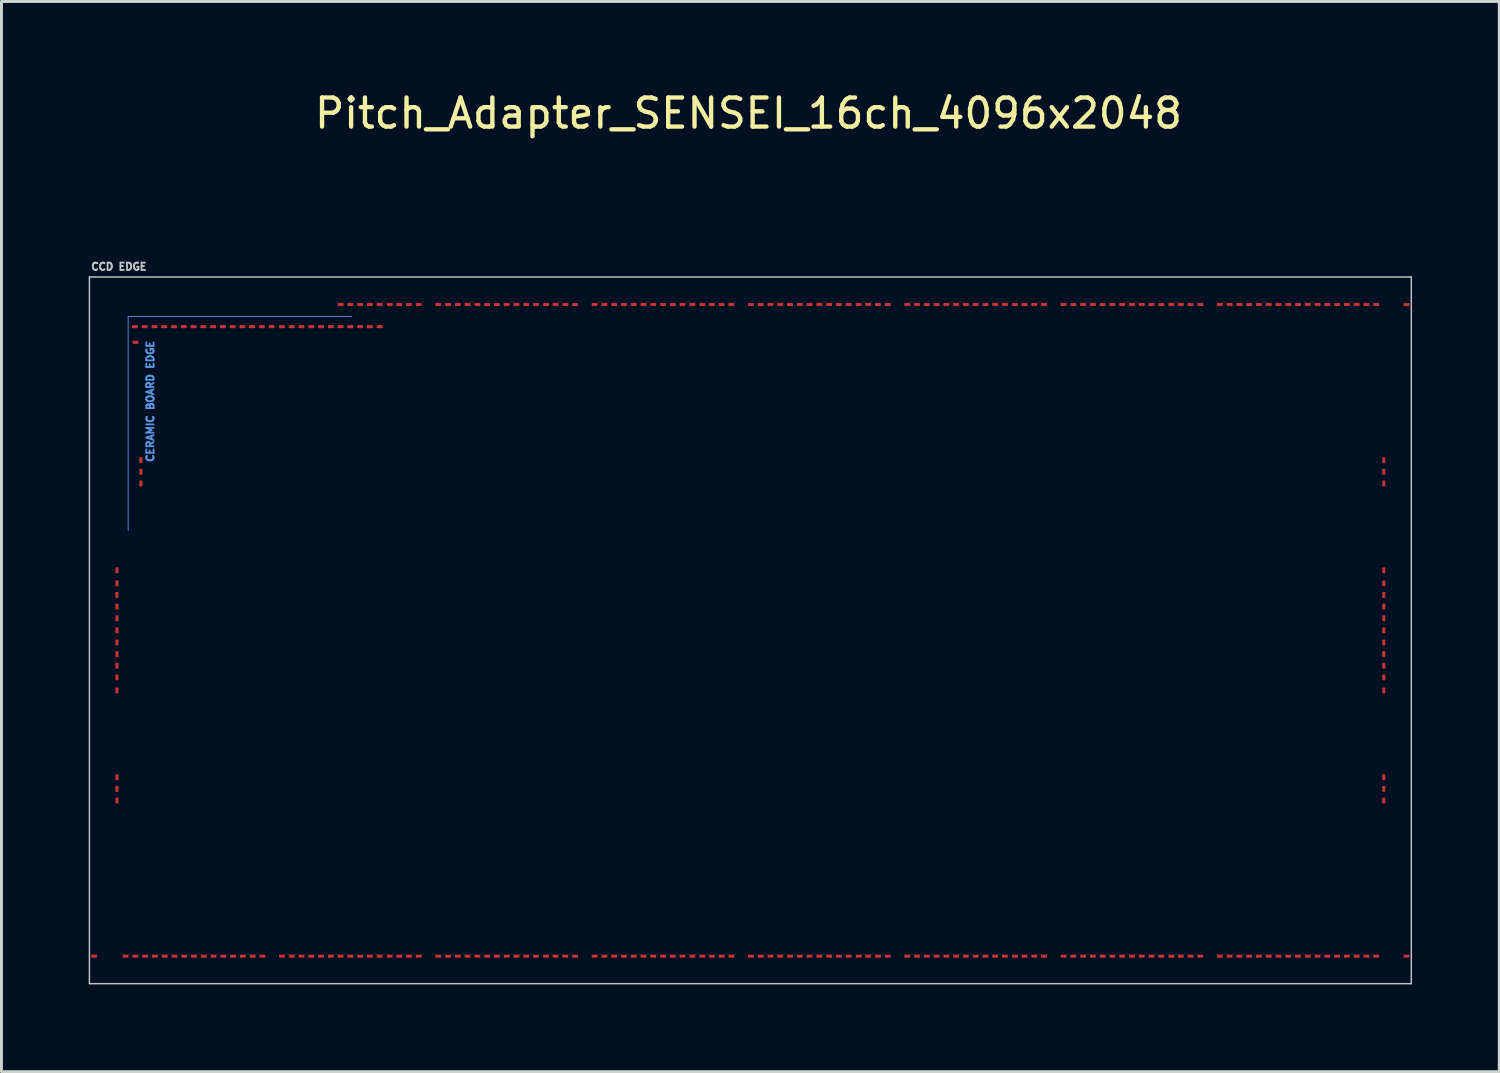
<source format=kicad_pcb>
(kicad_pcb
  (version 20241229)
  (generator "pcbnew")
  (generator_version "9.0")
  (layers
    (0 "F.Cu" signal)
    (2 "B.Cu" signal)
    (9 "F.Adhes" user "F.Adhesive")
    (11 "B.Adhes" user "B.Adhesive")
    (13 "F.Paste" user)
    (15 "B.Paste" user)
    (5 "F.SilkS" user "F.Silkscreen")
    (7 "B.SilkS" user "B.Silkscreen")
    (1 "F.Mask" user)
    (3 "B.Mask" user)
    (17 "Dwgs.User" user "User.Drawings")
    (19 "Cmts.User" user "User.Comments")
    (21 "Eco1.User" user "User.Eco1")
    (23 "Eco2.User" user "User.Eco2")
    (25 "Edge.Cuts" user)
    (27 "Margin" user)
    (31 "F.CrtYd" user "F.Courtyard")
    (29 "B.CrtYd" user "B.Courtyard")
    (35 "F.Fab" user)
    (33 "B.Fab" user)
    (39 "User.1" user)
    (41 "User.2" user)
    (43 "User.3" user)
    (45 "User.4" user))
  (footprint "Pitch_Adapter_SENSEI_16ch_4096x2048"
    (layer "F.Cu")
    (at 22.756 18.628)
    (property "Reference" "Pitch_Adapter_SENSEI_16ch_4096x2048" (at -0.064 -17.78 0) (layer "F.SilkS") (effects (font (size 1 1) (thickness 0.15))))
    (attr through_hole)
    (fp_line (start -22.731 -12.152) (end -22.731 12.152) (stroke (width 0.05) (type solid)) (layer "Dwgs.User"))
    (fp_line (start -22.731 -12.152) (end 22.731 -12.152) (stroke (width 0.05) (type solid)) (layer "Dwgs.User"))
    (fp_line (start -22.731 12.152) (end 22.731 12.152) (stroke (width 0.05) (type solid)) (layer "Dwgs.User"))
    (fp_line (start 22.731 -12.152) (end 22.731 12.152) (stroke (width 0.05) (type solid)) (layer "Dwgs.User"))
    (fp_line (start -21.399 -10.795) (end -21.399 -3.429) (stroke (width 0.03) (type solid)) (layer "Cmts.User"))
    (fp_line (start -13.716 -10.795) (end -21.399 -10.795) (stroke (width 0.03) (type solid)) (layer "Cmts.User"))
    (fp_line (start -22.543 -11.176) (end -21.145 -9.906) (stroke (width 0.04) (type solid)) (layer "Eco1.User"))
    (fp_line (start -21.78 -5.905) (end -21.018 -5.905) (stroke (width 0.04) (type solid)) (layer "Eco1.User"))
    (fp_line (start -21.78 -5.461) (end -20.955 -5.461) (stroke (width 0.04) (type solid)) (layer "Eco1.User"))
    (fp_line (start -21.78 -5.016) (end -20.955 -5.016) (stroke (width 0.04) (type solid)) (layer "Eco1.User"))
    (fp_line (start -21.463 -11.176) (end -21.145 -10.477) (stroke (width 0.04) (type solid)) (layer "Eco1.User"))
    (fp_line (start -21.145 -11.176) (end -20.828 -10.477) (stroke (width 0.04) (type solid)) (layer "Eco1.User"))
    (fp_line (start -20.828 -11.176) (end -20.511 -10.477) (stroke (width 0.04) (type solid)) (layer "Eco1.User"))
    (fp_line (start -20.447 -11.176) (end -20.13 -10.477) (stroke (width 0.04) (type solid)) (layer "Eco1.User"))
    (fp_line (start -20.13 -11.176) (end -19.812 -10.477) (stroke (width 0.04) (type solid)) (layer "Eco1.User"))
    (fp_line (start -19.812 -11.176) (end -19.494 -10.477) (stroke (width 0.04) (type solid)) (layer "Eco1.User"))
    (fp_line (start -19.494 -11.176) (end -19.177 -10.477) (stroke (width 0.04) (type solid)) (layer "Eco1.User"))
    (fp_line (start -19.113 -11.176) (end -18.796 -10.477) (stroke (width 0.04) (type solid)) (layer "Eco1.User"))
    (fp_line (start -18.796 -11.176) (end -18.479 -10.477) (stroke (width 0.04) (type solid)) (layer "Eco1.User"))
    (fp_line (start -18.479 -11.176) (end -18.161 -10.477) (stroke (width 0.04) (type solid)) (layer "Eco1.User"))
    (fp_line (start -18.098 -11.176) (end -17.78 -10.477) (stroke (width 0.04) (type solid)) (layer "Eco1.User"))
    (fp_line (start -17.78 -11.176) (end -17.462 -10.477) (stroke (width 0.04) (type solid)) (layer "Eco1.User"))
    (fp_line (start -17.462 -11.176) (end -17.145 -10.477) (stroke (width 0.04) (type solid)) (layer "Eco1.User"))
    (fp_line (start -17.145 -11.176) (end -16.828 -10.477) (stroke (width 0.04) (type solid)) (layer "Eco1.User"))
    (fp_line (start -16.828 -11.176) (end -16.51 -10.477) (stroke (width 0.04) (type solid)) (layer "Eco1.User"))
    (fp_line (start -16.129 -11.176) (end -16.129 -10.477) (stroke (width 0.04) (type solid)) (layer "Eco1.User"))
    (fp_line (start -15.748 -11.176) (end -15.748 -10.477) (stroke (width 0.04) (type solid)) (layer "Eco1.User"))
    (fp_line (start -15.431 -11.176) (end -15.431 -10.477) (stroke (width 0.04) (type solid)) (layer "Eco1.User"))
    (fp_line (start -15.113 -11.176) (end -15.113 -10.477) (stroke (width 0.04) (type solid)) (layer "Eco1.User"))
    (fp_line (start -14.796 -11.176) (end -14.796 -10.477) (stroke (width 0.04) (type solid)) (layer "Eco1.User"))
    (fp_line (start -14.415 -11.176) (end -14.415 -10.477) (stroke (width 0.04) (type solid)) (layer "Eco1.User"))
    (fp_text user "CCD EDGE" (at -21.717 -12.509 0) (layer "Dwgs.User") (effects (font (size 0.25 0.25) (thickness 0.062))))
    (fp_text user "CERAMIC BOARD EDGE" (at -20.637 -7.874 90) (layer "Cmts.User") (effects (font (size 0.25 0.25) (thickness 0.062))))
    (pad "" smd rect (at -22.566 -11.204) (size 0.2 0.105) (layers "F.Mask" "F.Paste"))
    (pad "" smd rect (at -21.785 -5.853 90) (size 0.2 0.105) (layers "F.Mask" "F.Paste"))
    (pad "" smd rect (at -21.785 -5.452 90) (size 0.2 0.105) (layers "F.Mask" "F.Paste"))
    (pad "" smd rect (at -21.785 -5.053 90) (size 0.2 0.105) (layers "F.Mask" "F.Paste"))
    (pad "" smd rect (at -21.485 -11.206 180) (size 0.2 0.105) (layers "F.Mask" "F.Paste"))
    (pad "" smd rect (at -21.148 -11.206 180) (size 0.2 0.105) (layers "F.Mask" "F.Paste"))
    (pad "" smd rect (at -20.812 -11.206 180) (size 0.2 0.105) (layers "F.Mask" "F.Paste"))
    (pad "" smd rect (at -20.477 -11.206 180) (size 0.2 0.105) (layers "F.Mask" "F.Paste"))
    (pad "" smd rect (at -20.14 -11.206 180) (size 0.2 0.105) (layers "F.Mask" "F.Paste"))
    (pad "" smd rect (at -19.805 -11.206 180) (size 0.2 0.105) (layers "F.Mask" "F.Paste"))
    (pad "" smd rect (at -19.468 -11.206 180) (size 0.2 0.105) (layers "F.Mask" "F.Paste"))
    (pad "" smd rect (at -19.133 -11.206 180) (size 0.2 0.105) (layers "F.Mask" "F.Paste"))
    (pad "" smd rect (at -18.797 -11.206 180) (size 0.2 0.105) (layers "F.Mask" "F.Paste"))
    (pad "" smd rect (at -18.46 -11.206 180) (size 0.2 0.105) (layers "F.Mask" "F.Paste"))
    (pad "" smd rect (at -18.125 -11.206 180) (size 0.2 0.105) (layers "F.Mask" "F.Paste"))
    (pad "" smd rect (at -17.788 -11.206 180) (size 0.2 0.105) (layers "F.Mask" "F.Paste"))
    (pad "" smd rect (at -17.453 -11.206 180) (size 0.2 0.105) (layers "F.Mask" "F.Paste"))
    (pad "" smd rect (at -17.116 -11.206 180) (size 0.2 0.105) (layers "F.Mask" "F.Paste"))
    (pad "" smd rect (at -16.78 -11.206 180) (size 0.2 0.105) (layers "F.Mask" "F.Paste"))
    (pad "" smd rect (at -16.108 -11.206 180) (size 0.2 0.105) (layers "F.Mask" "F.Paste"))
    (pad "" smd rect (at -15.773 -11.206 180) (size 0.2 0.105) (layers "F.Mask" "F.Paste"))
    (pad "" smd rect (at -15.437 -11.206 180) (size 0.2 0.105) (layers "F.Mask" "F.Paste"))
    (pad "" smd rect (at -15.101 -11.206 180) (size 0.2 0.105) (layers "F.Mask" "F.Paste"))
    (pad "" smd rect (at -14.764 -11.206 180) (size 0.2 0.105) (layers "F.Mask" "F.Paste"))
    (pad "" smd rect (at -14.428 -11.206 180) (size 0.2 0.105) (layers "F.Mask" "F.Paste"))
    (pad "1" smd rect (at -21.145 -9.906) (size 0.2 0.105) (layers "F.Cu" "F.Mask" "F.Paste"))
    (pad "2" smd rect (at -20.96 -5.853 90) (size 0.2 0.105) (layers "F.Cu" "F.Mask" "F.Paste"))
    (pad "3" smd rect (at -20.96 -5.452 90) (size 0.2 0.105) (layers "F.Cu" "F.Mask" "F.Paste"))
    (pad "4" smd rect (at -20.96 -5.053 90) (size 0.2 0.105) (layers "F.Cu" "F.Mask" "F.Paste"))
    (pad "5" smd rect (at -21.785 -2.067 90) (size 0.2 0.105) (layers "F.Cu" "F.Mask" "F.Paste"))
    (pad "6" smd rect (at -21.785 -1.617 90) (size 0.2 0.105) (layers "F.Cu" "F.Mask" "F.Paste"))
    (pad "7" smd rect (at -21.785 -1.217 90) (size 0.2 0.105) (layers "F.Cu" "F.Mask" "F.Paste"))
    (pad "8" smd rect (at -21.785 -0.817 90) (size 0.2 0.105) (layers "F.Cu" "F.Mask" "F.Paste"))
    (pad "9" smd rect (at -21.785 -0.417 90) (size 0.2 0.105) (layers "F.Cu" "F.Mask" "F.Paste"))
    (pad "10" smd rect (at -21.785 0 90) (size 0.2 0.105) (layers "F.Cu" "F.Mask" "F.Paste"))
    (pad "11" smd rect (at -21.785 0.417 90) (size 0.2 0.105) (layers "F.Cu" "F.Mask" "F.Paste"))
    (pad "12" smd rect (at -21.785 0.817 90) (size 0.2 0.105) (layers "F.Cu" "F.Mask" "F.Paste"))
    (pad "13" smd rect (at -21.785 1.217 90) (size 0.2 0.105) (layers "F.Cu" "F.Mask" "F.Paste"))
    (pad "14" smd rect (at -21.785 1.617 270) (size 0.2 0.105) (layers "F.Cu" "F.Mask" "F.Paste"))
    (pad "15" smd rect (at -21.785 2.067 90) (size 0.2 0.105) (layers "F.Cu" "F.Mask" "F.Paste"))
    (pad "16" smd rect (at -21.785 5.053 90) (size 0.2 0.105) (layers "F.Cu" "F.Mask" "F.Paste"))
    (pad "17" smd rect (at -21.785 5.452 90) (size 0.2 0.105) (layers "F.Cu" "F.Mask" "F.Paste"))
    (pad "18" smd rect (at -21.785 5.853 90) (size 0.2 0.105) (layers "F.Cu" "F.Mask" "F.Paste"))
    (pad "19" smd rect (at -22.566 11.204) (size 0.2 0.105) (layers "F.Cu" "F.Mask" "F.Paste"))
    (pad "20" smd rect (at -21.485 11.206) (size 0.2 0.105) (layers "F.Cu" "F.Mask" "F.Paste"))
    (pad "21" smd rect (at -21.148 11.206) (size 0.2 0.105) (layers "F.Cu" "F.Mask" "F.Paste"))
    (pad "22" smd rect (at -20.812 11.206) (size 0.2 0.105) (layers "F.Cu" "F.Mask" "F.Paste"))
    (pad "23" smd rect (at -20.477 11.206) (size 0.2 0.105) (layers "F.Cu" "F.Mask" "F.Paste"))
    (pad "24" smd rect (at -20.14 11.206) (size 0.2 0.105) (layers "F.Cu" "F.Mask" "F.Paste"))
    (pad "25" smd rect (at -19.805 11.206) (size 0.2 0.105) (layers "F.Cu" "F.Mask" "F.Paste"))
    (pad "26" smd rect (at -19.468 11.206) (size 0.2 0.105) (layers "F.Cu" "F.Mask" "F.Paste"))
    (pad "27" smd rect (at -19.133 11.206) (size 0.2 0.105) (layers "F.Cu" "F.Mask" "F.Paste"))
    (pad "28" smd rect (at -18.797 11.206) (size 0.2 0.105) (layers "F.Cu" "F.Mask" "F.Paste"))
    (pad "29" smd rect (at -18.46 11.206) (size 0.2 0.105) (layers "F.Cu" "F.Mask" "F.Paste"))
    (pad "30" smd rect (at -18.125 11.206) (size 0.2 0.105) (layers "F.Cu" "F.Mask" "F.Paste"))
    (pad "31" smd rect (at -17.788 11.206) (size 0.2 0.105) (layers "F.Cu" "F.Mask" "F.Paste"))
    (pad "32" smd rect (at -17.453 11.206) (size 0.2 0.105) (layers "F.Cu" "F.Mask" "F.Paste"))
    (pad "33" smd rect (at -17.116 11.206) (size 0.2 0.105) (layers "F.Cu" "F.Mask" "F.Paste"))
    (pad "34" smd rect (at -16.78 11.206) (size 0.2 0.105) (layers "F.Cu" "F.Mask" "F.Paste"))
    (pad "35" smd rect (at -16.108 11.206) (size 0.2 0.105) (layers "F.Cu" "F.Mask" "F.Paste"))
    (pad "36" smd rect (at -15.773 11.206) (size 0.2 0.105) (layers "F.Cu" "F.Mask" "F.Paste"))
    (pad "37" smd rect (at -15.437 11.206) (size 0.2 0.105) (layers "F.Cu" "F.Mask" "F.Paste"))
    (pad "38" smd rect (at -15.101 11.206) (size 0.2 0.105) (layers "F.Cu" "F.Mask" "F.Paste"))
    (pad "39" smd rect (at -14.764 11.206) (size 0.2 0.105) (layers "F.Cu" "F.Mask" "F.Paste"))
    (pad "40" smd rect (at -14.428 11.206) (size 0.2 0.105) (layers "F.Cu" "F.Mask" "F.Paste"))
    (pad "41" smd rect (at -14.092 11.206) (size 0.2 0.105) (layers "F.Cu" "F.Mask" "F.Paste"))
    (pad "42" smd rect (at -13.757 11.206) (size 0.2 0.105) (layers "F.Cu" "F.Mask" "F.Paste"))
    (pad "43" smd rect (at -13.421 11.206) (size 0.2 0.105) (layers "F.Cu" "F.Mask" "F.Paste"))
    (pad "44" smd rect (at -13.085 11.206) (size 0.2 0.105) (layers "F.Cu" "F.Mask" "F.Paste"))
    (pad "45" smd rect (at -12.748 11.206) (size 0.2 0.105) (layers "F.Cu" "F.Mask" "F.Paste"))
    (pad "46" smd rect (at -12.401 11.206) (size 0.2 0.105) (layers "F.Cu" "F.Mask" "F.Paste"))
    (pad "47" smd rect (at -12.076 11.206) (size 0.2 0.105) (layers "F.Cu" "F.Mask" "F.Paste"))
    (pad "48" smd rect (at -11.741 11.206) (size 0.2 0.105) (layers "F.Cu" "F.Mask" "F.Paste"))
    (pad "49" smd rect (at -11.405 11.206) (size 0.2 0.105) (layers "F.Cu" "F.Mask" "F.Paste"))
    (pad "50" smd rect (at -10.732 11.206) (size 0.2 0.105) (layers "F.Cu" "F.Mask" "F.Paste"))
    (pad "51" smd rect (at -10.396 11.206) (size 0.2 0.105) (layers "F.Cu" "F.Mask" "F.Paste"))
    (pad "52" smd rect (at -10.06 11.206) (size 0.2 0.105) (layers "F.Cu" "F.Mask" "F.Paste"))
    (pad "53" smd rect (at -9.725 11.206) (size 0.2 0.105) (layers "F.Cu" "F.Mask" "F.Paste"))
    (pad "54" smd rect (at -9.389 11.206) (size 0.2 0.105) (layers "F.Cu" "F.Mask" "F.Paste"))
    (pad "55" smd rect (at -9.053 11.206) (size 0.2 0.105) (layers "F.Cu" "F.Mask" "F.Paste"))
    (pad "56" smd rect (at -8.716 11.206) (size 0.2 0.105) (layers "F.Cu" "F.Mask" "F.Paste"))
    (pad "57" smd rect (at -8.38 11.206) (size 0.2 0.105) (layers "F.Cu" "F.Mask" "F.Paste"))
    (pad "58" smd rect (at -8.044 11.206) (size 0.2 0.105) (layers "F.Cu" "F.Mask" "F.Paste"))
    (pad "59" smd rect (at -7.708 11.206) (size 0.2 0.105) (layers "F.Cu" "F.Mask" "F.Paste"))
    (pad "60" smd rect (at -7.372 11.206) (size 0.2 0.105) (layers "F.Cu" "F.Mask" "F.Paste"))
    (pad "61" smd rect (at -7.025 11.206) (size 0.2 0.105) (layers "F.Cu" "F.Mask" "F.Paste"))
    (pad "62" smd rect (at -6.7 11.206) (size 0.2 0.105) (layers "F.Cu" "F.Mask" "F.Paste"))
    (pad "63" smd rect (at -6.364 11.206) (size 0.2 0.105) (layers "F.Cu" "F.Mask" "F.Paste"))
    (pad "64" smd rect (at -6.029 11.206) (size 0.2 0.105) (layers "F.Cu" "F.Mask" "F.Paste"))
    (pad "65" smd rect (at -5.356 11.206) (size 0.2 0.105) (layers "F.Cu" "F.Mask" "F.Paste"))
    (pad "66" smd rect (at -5.021 11.206) (size 0.2 0.105) (layers "F.Cu" "F.Mask" "F.Paste"))
    (pad "67" smd rect (at -4.684 11.206) (size 0.2 0.105) (layers "F.Cu" "F.Mask" "F.Paste"))
    (pad "68" smd rect (at -4.348 11.206) (size 0.2 0.105) (layers "F.Cu" "F.Mask" "F.Paste"))
    (pad "69" smd rect (at -4.013 11.206) (size 0.2 0.105) (layers "F.Cu" "F.Mask" "F.Paste"))
    (pad "70" smd rect (at -3.676 11.206) (size 0.2 0.105) (layers "F.Cu" "F.Mask" "F.Paste"))
    (pad "71" smd rect (at -3.341 11.206) (size 0.2 0.105) (layers "F.Cu" "F.Mask" "F.Paste"))
    (pad "72" smd rect (at -3.005 11.206) (size 0.2 0.105) (layers "F.Cu" "F.Mask" "F.Paste"))
    (pad "73" smd rect (at -2.668 11.206) (size 0.2 0.105) (layers "F.Cu" "F.Mask" "F.Paste"))
    (pad "74" smd rect (at -2.333 11.206) (size 0.2 0.105) (layers "F.Cu" "F.Mask" "F.Paste"))
    (pad "75" smd rect (at -1.996 11.206) (size 0.2 0.105) (layers "F.Cu" "F.Mask" "F.Paste"))
    (pad "76" smd rect (at -1.649 11.206) (size 0.2 0.105) (layers "F.Cu" "F.Mask" "F.Paste"))
    (pad "77" smd rect (at -1.325 11.206) (size 0.2 0.105) (layers "F.Cu" "F.Mask" "F.Paste"))
    (pad "78" smd rect (at -0.989 11.206) (size 0.2 0.105) (layers "F.Cu" "F.Mask" "F.Paste"))
    (pad "79" smd rect (at -0.652 11.206) (size 0.2 0.105) (layers "F.Cu" "F.Mask" "F.Paste"))
    (pad "80" smd rect (at 0.019 11.206) (size 0.2 0.105) (layers "F.Cu" "F.Mask" "F.Paste"))
    (pad "81" smd rect (at 0.355 11.206) (size 0.2 0.105) (layers "F.Cu" "F.Mask" "F.Paste"))
    (pad "82" smd rect (at 0.692 11.206) (size 0.2 0.105) (layers "F.Cu" "F.Mask" "F.Paste"))
    (pad "83" smd rect (at 1.028 11.206) (size 0.2 0.105) (layers "F.Cu" "F.Mask" "F.Paste"))
    (pad "84" smd rect (at 1.363 11.206) (size 0.2 0.105) (layers "F.Cu" "F.Mask" "F.Paste"))
    (pad "85" smd rect (at 1.7 11.206) (size 0.2 0.105) (layers "F.Cu" "F.Mask" "F.Paste"))
    (pad "86" smd rect (at 2.035 11.206) (size 0.2 0.105) (layers "F.Cu" "F.Mask" "F.Paste"))
    (pad "87" smd rect (at 2.372 11.206) (size 0.2 0.105) (layers "F.Cu" "F.Mask" "F.Paste"))
    (pad "88" smd rect (at 2.708 11.206) (size 0.2 0.105) (layers "F.Cu" "F.Mask" "F.Paste"))
    (pad "89" smd rect (at 3.043 11.206) (size 0.2 0.105) (layers "F.Cu" "F.Mask" "F.Paste"))
    (pad "90" smd rect (at 3.38 11.206) (size 0.2 0.105) (layers "F.Cu" "F.Mask" "F.Paste"))
    (pad "91" smd rect (at 3.727 11.206) (size 0.2 0.105) (layers "F.Cu" "F.Mask" "F.Paste"))
    (pad "92" smd rect (at 4.051 11.206) (size 0.2 0.105) (layers "F.Cu" "F.Mask" "F.Paste"))
    (pad "93" smd rect (at 4.388 11.206) (size 0.2 0.105) (layers "F.Cu" "F.Mask" "F.Paste"))
    (pad "94" smd rect (at 4.723 11.206) (size 0.2 0.105) (layers "F.Cu" "F.Mask" "F.Paste"))
    (pad "95" smd rect (at 5.396 11.206) (size 0.2 0.105) (layers "F.Cu" "F.Mask" "F.Paste"))
    (pad "96" smd rect (at 5.731 11.206) (size 0.2 0.105) (layers "F.Cu" "F.Mask" "F.Paste"))
    (pad "97" smd rect (at 6.067 11.206) (size 0.2 0.105) (layers "F.Cu" "F.Mask" "F.Paste"))
    (pad "98" smd rect (at 6.404 11.206) (size 0.2 0.105) (layers "F.Cu" "F.Mask" "F.Paste"))
    (pad "99" smd rect (at 6.739 11.206) (size 0.2 0.105) (layers "F.Cu" "F.Mask" "F.Paste"))
    (pad "100" smd rect (at 7.075 11.206) (size 0.2 0.105) (layers "F.Cu" "F.Mask" "F.Paste"))
    (pad "101" smd rect (at 7.412 11.206) (size 0.2 0.105) (layers "F.Cu" "F.Mask" "F.Paste"))
    (pad "102" smd rect (at 7.747 11.206) (size 0.2 0.105) (layers "F.Cu" "F.Mask" "F.Paste"))
    (pad "103" smd rect (at 8.084 11.206) (size 0.2 0.105) (layers "F.Cu" "F.Mask" "F.Paste"))
    (pad "104" smd rect (at 8.419 11.206) (size 0.2 0.105) (layers "F.Cu" "F.Mask" "F.Paste"))
    (pad "105" smd rect (at 8.755 11.206) (size 0.2 0.105) (layers "F.Cu" "F.Mask" "F.Paste"))
    (pad "106" smd rect (at 9.103 11.206) (size 0.2 0.105) (layers "F.Cu" "F.Mask" "F.Paste"))
    (pad "107" smd rect (at 9.428 11.206) (size 0.2 0.105) (layers "F.Cu" "F.Mask" "F.Paste"))
    (pad "108" smd rect (at 9.764 11.206) (size 0.2 0.105) (layers "F.Cu" "F.Mask" "F.Paste"))
    (pad "109" smd rect (at 10.1 11.206) (size 0.2 0.105) (layers "F.Cu" "F.Mask" "F.Paste"))
    (pad "110" smd rect (at 10.771 11.206) (size 0.2 0.105) (layers "F.Cu" "F.Mask" "F.Paste"))
    (pad "111" smd rect (at 11.107 11.206) (size 0.2 0.105) (layers "F.Cu" "F.Mask" "F.Paste"))
    (pad "112" smd rect (at 11.444 11.206) (size 0.2 0.105) (layers "F.Cu" "F.Mask" "F.Paste"))
    (pad "113" smd rect (at 11.78 11.206) (size 0.2 0.105) (layers "F.Cu" "F.Mask" "F.Paste"))
    (pad "114" smd rect (at 12.116 11.206) (size 0.2 0.105) (layers "F.Cu" "F.Mask" "F.Paste"))
    (pad "115" smd rect (at 12.451 11.206) (size 0.2 0.105) (layers "F.Cu" "F.Mask" "F.Paste"))
    (pad "116" smd rect (at 12.787 11.206) (size 0.2 0.105) (layers "F.Cu" "F.Mask" "F.Paste"))
    (pad "117" smd rect (at 13.123 11.206) (size 0.2 0.105) (layers "F.Cu" "F.Mask" "F.Paste"))
    (pad "118" smd rect (at 13.46 11.206) (size 0.2 0.105) (layers "F.Cu" "F.Mask" "F.Paste"))
    (pad "119" smd rect (at 13.796 11.206) (size 0.2 0.105) (layers "F.Cu" "F.Mask" "F.Paste"))
    (pad "120" smd rect (at 14.132 11.206) (size 0.2 0.105) (layers "F.Cu" "F.Mask" "F.Paste"))
    (pad "121" smd rect (at 14.479 11.206) (size 0.2 0.105) (layers "F.Cu" "F.Mask" "F.Paste"))
    (pad "122" smd rect (at 14.803 11.206) (size 0.2 0.105) (layers "F.Cu" "F.Mask" "F.Paste"))
    (pad "123" smd rect (at 15.139 11.206) (size 0.2 0.105) (layers "F.Cu" "F.Mask" "F.Paste"))
    (pad "124" smd rect (at 15.476 11.206) (size 0.2 0.105) (layers "F.Cu" "F.Mask" "F.Paste"))
    (pad "125" smd rect (at 16.148 11.206) (size 0.2 0.105) (layers "F.Cu" "F.Mask" "F.Paste"))
    (pad "126" smd rect (at 16.483 11.206) (size 0.2 0.105) (layers "F.Cu" "F.Mask" "F.Paste"))
    (pad "127" smd rect (at 16.82 11.206) (size 0.2 0.105) (layers "F.Cu" "F.Mask" "F.Paste"))
    (pad "128" smd rect (at 17.155 11.206) (size 0.2 0.105) (layers "F.Cu" "F.Mask" "F.Paste"))
    (pad "129" smd rect (at 17.491 11.206) (size 0.2 0.105) (layers "F.Cu" "F.Mask" "F.Paste"))
    (pad "130" smd rect (at 17.828 11.206) (size 0.2 0.105) (layers "F.Cu" "F.Mask" "F.Paste"))
    (pad "131" smd rect (at 18.163 11.206) (size 0.2 0.105) (layers "F.Cu" "F.Mask" "F.Paste"))
    (pad "132" smd rect (at 18.5 11.206) (size 0.2 0.105) (layers "F.Cu" "F.Mask" "F.Paste"))
    (pad "133" smd rect (at 18.835 11.206) (size 0.2 0.105) (layers "F.Cu" "F.Mask" "F.Paste"))
    (pad "134" smd rect (at 19.172 11.206) (size 0.2 0.105) (layers "F.Cu" "F.Mask" "F.Paste"))
    (pad "135" smd rect (at 19.508 11.206) (size 0.2 0.105) (layers "F.Cu" "F.Mask" "F.Paste"))
    (pad "136" smd rect (at 19.843 11.206) (size 0.2 0.105) (layers "F.Cu" "F.Mask" "F.Paste"))
    (pad "137" smd rect (at 20.18 11.206) (size 0.2 0.105) (layers "F.Cu" "F.Mask" "F.Paste"))
    (pad "138" smd rect (at 20.515 11.206) (size 0.2 0.105) (layers "F.Cu" "F.Mask" "F.Paste"))
    (pad "139" smd rect (at 20.852 11.206) (size 0.2 0.105) (layers "F.Cu" "F.Mask" "F.Paste"))
    (pad "140" smd rect (at 21.188 11.206) (size 0.2 0.105) (layers "F.Cu" "F.Mask" "F.Paste"))
    (pad "141" smd rect (at 21.523 11.206) (size 0.2 0.105) (layers "F.Cu" "F.Mask" "F.Paste"))
    (pad "142" smd rect (at 22.566 11.204) (size 0.2 0.105) (layers "F.Cu" "F.Mask" "F.Paste"))
    (pad "143" smd rect (at 21.785 5.853 90) (size 0.2 0.105) (layers "F.Cu" "F.Mask" "F.Paste"))
    (pad "144" smd rect (at 21.785 5.452 90) (size 0.2 0.105) (layers "F.Cu" "F.Mask" "F.Paste"))
    (pad "145" smd rect (at 21.785 5.053 270) (size 0.2 0.105) (layers "F.Cu" "F.Mask" "F.Paste"))
    (pad "146" smd rect (at 21.785 2.067 90) (size 0.2 0.105) (layers "F.Cu" "F.Mask" "F.Paste"))
    (pad "147" smd rect (at 21.785 1.617 90) (size 0.2 0.105) (layers "F.Cu" "F.Mask" "F.Paste"))
    (pad "148" smd rect (at 21.785 1.217 90) (size 0.2 0.105) (layers "F.Cu" "F.Mask" "F.Paste"))
    (pad "149" smd rect (at 21.785 0.817 90) (size 0.2 0.105) (layers "F.Cu" "F.Mask" "F.Paste"))
    (pad "150" smd rect (at 21.785 0.417 90) (size 0.2 0.105) (layers "F.Cu" "F.Mask" "F.Paste"))
    (pad "151" smd rect (at 21.785 0 90) (size 0.2 0.105) (layers "F.Cu" "F.Mask" "F.Paste"))
    (pad "152" smd rect (at 21.785 -0.417 90) (size 0.2 0.105) (layers "F.Cu" "F.Mask" "F.Paste"))
    (pad "153" smd rect (at 21.785 -0.817 90) (size 0.2 0.105) (layers "F.Cu" "F.Mask" "F.Paste"))
    (pad "154" smd rect (at 21.785 -1.217 90) (size 0.2 0.105) (layers "F.Cu" "F.Mask" "F.Paste"))
    (pad "155" smd rect (at 21.785 -1.617 90) (size 0.2 0.105) (layers "F.Cu" "F.Mask" "F.Paste"))
    (pad "156" smd rect (at 21.785 -2.067 90) (size 0.2 0.105) (layers "F.Cu" "F.Mask" "F.Paste"))
    (pad "157" smd rect (at 21.785 -5.053 90) (size 0.2 0.105) (layers "F.Cu" "F.Mask" "F.Paste"))
    (pad "158" smd rect (at 21.785 -5.452 90) (size 0.2 0.105) (layers "F.Cu" "F.Mask" "F.Paste"))
    (pad "159" smd rect (at 21.785 -5.853 90) (size 0.2 0.105) (layers "F.Cu" "F.Mask" "F.Paste"))
    (pad "160" smd rect (at 22.566 -11.204 180) (size 0.2 0.105) (layers "F.Cu" "F.Mask" "F.Paste"))
    (pad "161" smd rect (at 21.523 -11.206 180) (size 0.2 0.105) (layers "F.Cu" "F.Mask" "F.Paste"))
    (pad "162" smd rect (at 21.188 -11.206 180) (size 0.2 0.105) (layers "F.Cu" "F.Mask" "F.Paste"))
    (pad "163" smd rect (at 20.852 -11.206 180) (size 0.2 0.105) (layers "F.Cu" "F.Mask" "F.Paste"))
    (pad "164" smd rect (at 20.515 -11.206 180) (size 0.2 0.105) (layers "F.Cu" "F.Mask" "F.Paste"))
    (pad "165" smd rect (at 20.18 -11.206 180) (size 0.2 0.105) (layers "F.Cu" "F.Mask" "F.Paste"))
    (pad "166" smd rect (at 19.843 -11.206 180) (size 0.2 0.105) (layers "F.Cu" "F.Mask" "F.Paste"))
    (pad "167" smd rect (at 19.508 -11.206 180) (size 0.2 0.105) (layers "F.Cu" "F.Mask" "F.Paste"))
    (pad "168" smd rect (at 19.172 -11.206 180) (size 0.2 0.105) (layers "F.Cu" "F.Mask" "F.Paste"))
    (pad "169" smd rect (at 18.835 -11.206 180) (size 0.2 0.105) (layers "F.Cu" "F.Mask" "F.Paste"))
    (pad "170" smd rect (at 18.5 -11.206 180) (size 0.2 0.105) (layers "F.Cu" "F.Mask" "F.Paste"))
    (pad "171" smd rect (at 18.163 -11.206 180) (size 0.2 0.105) (layers "F.Cu" "F.Mask" "F.Paste"))
    (pad "172" smd rect (at 17.828 -11.206 180) (size 0.2 0.105) (layers "F.Cu" "F.Mask" "F.Paste"))
    (pad "173" smd rect (at 17.491 -11.206 180) (size 0.2 0.105) (layers "F.Cu" "F.Mask" "F.Paste"))
    (pad "174" smd rect (at 17.155 -11.206 180) (size 0.2 0.105) (layers "F.Cu" "F.Mask" "F.Paste"))
    (pad "175" smd rect (at 16.82 -11.206 180) (size 0.2 0.105) (layers "F.Cu" "F.Mask" "F.Paste"))
    (pad "176" smd rect (at 16.483 -11.206 180) (size 0.2 0.105) (layers "F.Cu" "F.Mask" "F.Paste"))
    (pad "177" smd rect (at 16.148 -11.206 180) (size 0.2 0.105) (layers "F.Cu" "F.Mask" "F.Paste"))
    (pad "178" smd rect (at 15.476 -11.206 180) (size 0.2 0.105) (layers "F.Cu" "F.Mask" "F.Paste"))
    (pad "179" smd rect (at 15.139 -11.206 180) (size 0.2 0.105) (layers "F.Cu" "F.Mask" "F.Paste"))
    (pad "180" smd rect (at 14.803 -11.206 180) (size 0.2 0.105) (layers "F.Cu" "F.Mask" "F.Paste"))
    (pad "181" smd rect (at 14.479 -11.206 180) (size 0.2 0.105) (layers "F.Cu" "F.Mask" "F.Paste"))
    (pad "182" smd rect (at 14.132 -11.206 180) (size 0.2 0.105) (layers "F.Cu" "F.Mask" "F.Paste"))
    (pad "183" smd rect (at 13.796 -11.206 180) (size 0.2 0.105) (layers "F.Cu" "F.Mask" "F.Paste"))
    (pad "184" smd rect (at 13.46 -11.206 180) (size 0.2 0.105) (layers "F.Cu" "F.Mask" "F.Paste"))
    (pad "185" smd rect (at 13.123 -11.206 180) (size 0.2 0.105) (layers "F.Cu" "F.Mask" "F.Paste"))
    (pad "186" smd rect (at 12.787 -11.206 180) (size 0.2 0.105) (layers "F.Cu" "F.Mask" "F.Paste"))
    (pad "187" smd rect (at 12.451 -11.206 180) (size 0.2 0.105) (layers "F.Cu" "F.Mask" "F.Paste"))
    (pad "188" smd rect (at 12.116 -11.206 180) (size 0.2 0.105) (layers "F.Cu" "F.Mask" "F.Paste"))
    (pad "189" smd rect (at 11.78 -11.206 180) (size 0.2 0.105) (layers "F.Cu" "F.Mask" "F.Paste"))
    (pad "190" smd rect (at 11.444 -11.206 180) (size 0.2 0.105) (layers "F.Cu" "F.Mask" "F.Paste"))
    (pad "191" smd rect (at 11.107 -11.206 180) (size 0.2 0.105) (layers "F.Cu" "F.Mask" "F.Paste"))
    (pad "192" smd rect (at 10.771 -11.206 180) (size 0.2 0.105) (layers "F.Cu" "F.Mask" "F.Paste"))
    (pad "193" smd rect (at 10.1 -11.206 180) (size 0.2 0.105) (layers "F.Cu" "F.Mask" "F.Paste"))
    (pad "194" smd rect (at 9.764 -11.206 180) (size 0.2 0.105) (layers "F.Cu" "F.Mask" "F.Paste"))
    (pad "195" smd rect (at 9.428 -11.206 180) (size 0.2 0.105) (layers "F.Cu" "F.Mask" "F.Paste"))
    (pad "196" smd rect (at 9.103 -11.206 180) (size 0.2 0.105) (layers "F.Cu" "F.Mask" "F.Paste"))
    (pad "197" smd rect (at 8.755 -11.206 180) (size 0.2 0.105) (layers "F.Cu" "F.Mask" "F.Paste"))
    (pad "198" smd rect (at 8.419 -11.206 180) (size 0.2 0.105) (layers "F.Cu" "F.Mask" "F.Paste"))
    (pad "199" smd rect (at 8.084 -11.206 180) (size 0.2 0.105) (layers "F.Cu" "F.Mask" "F.Paste"))
    (pad "200" smd rect (at 7.747 -11.206 180) (size 0.2 0.105) (layers "F.Cu" "F.Mask" "F.Paste"))
    (pad "201" smd rect (at 7.412 -11.206 180) (size 0.2 0.105) (layers "F.Cu" "F.Mask" "F.Paste"))
    (pad "202" smd rect (at 7.075 -11.206 180) (size 0.2 0.105) (layers "F.Cu" "F.Mask" "F.Paste"))
    (pad "203" smd rect (at 6.739 -11.206 180) (size 0.2 0.105) (layers "F.Cu" "F.Mask" "F.Paste"))
    (pad "204" smd rect (at 6.404 -11.206 180) (size 0.2 0.105) (layers "F.Cu" "F.Mask" "F.Paste"))
    (pad "205" smd rect (at 6.067 -11.206 180) (size 0.2 0.105) (layers "F.Cu" "F.Mask" "F.Paste"))
    (pad "206" smd rect (at 5.731 -11.206 180) (size 0.2 0.105) (layers "F.Cu" "F.Mask" "F.Paste"))
    (pad "207" smd rect (at 5.396 -11.206 180) (size 0.2 0.105) (layers "F.Cu" "F.Mask" "F.Paste"))
    (pad "208" smd rect (at 4.723 -11.206 180) (size 0.2 0.105) (layers "F.Cu" "F.Mask" "F.Paste"))
    (pad "209" smd rect (at 4.388 -11.206 180) (size 0.2 0.105) (layers "F.Cu" "F.Mask" "F.Paste"))
    (pad "210" smd rect (at 4.051 -11.206 180) (size 0.2 0.105) (layers "F.Cu" "F.Mask" "F.Paste"))
    (pad "211" smd rect (at 3.727 -11.206 180) (size 0.2 0.105) (layers "F.Cu" "F.Mask" "F.Paste"))
    (pad "212" smd rect (at 3.38 -11.206 180) (size 0.2 0.105) (layers "F.Cu" "F.Mask" "F.Paste"))
    (pad "213" smd rect (at 3.043 -11.206 180) (size 0.2 0.105) (layers "F.Cu" "F.Mask" "F.Paste"))
    (pad "214" smd rect (at 2.708 -11.206 180) (size 0.2 0.105) (layers "F.Cu" "F.Mask" "F.Paste"))
    (pad "215" smd rect (at 2.372 -11.206 180) (size 0.2 0.105) (layers "F.Cu" "F.Mask" "F.Paste"))
    (pad "216" smd rect (at 2.035 -11.206 180) (size 0.2 0.105) (layers "F.Cu" "F.Mask" "F.Paste"))
    (pad "217" smd rect (at 1.7 -11.206 180) (size 0.2 0.105) (layers "F.Cu" "F.Mask" "F.Paste"))
    (pad "218" smd rect (at 1.363 -11.206 180) (size 0.2 0.105) (layers "F.Cu" "F.Mask" "F.Paste"))
    (pad "219" smd rect (at 1.028 -11.206 180) (size 0.2 0.105) (layers "F.Cu" "F.Mask" "F.Paste"))
    (pad "220" smd rect (at 0.692 -11.206 180) (size 0.2 0.105) (layers "F.Cu" "F.Mask" "F.Paste"))
    (pad "221" smd rect (at 0.355 -11.206 180) (size 0.2 0.105) (layers "F.Cu" "F.Mask" "F.Paste"))
    (pad "222" smd rect (at 0.019 -11.206 180) (size 0.2 0.105) (layers "F.Cu" "F.Mask" "F.Paste"))
    (pad "223" smd rect (at -0.652 -11.206 180) (size 0.2 0.105) (layers "F.Cu" "F.Mask" "F.Paste"))
    (pad "224" smd rect (at -0.989 -11.206 180) (size 0.2 0.105) (layers "F.Cu" "F.Mask" "F.Paste"))
    (pad "225" smd rect (at -1.325 -11.206 180) (size 0.2 0.105) (layers "F.Cu" "F.Mask" "F.Paste"))
    (pad "226" smd rect (at -1.649 -11.206 180) (size 0.2 0.105) (layers "F.Cu" "F.Mask" "F.Paste"))
    (pad "227" smd rect (at -1.996 -11.206 180) (size 0.2 0.105) (layers "F.Cu" "F.Mask" "F.Paste"))
    (pad "228" smd rect (at -2.333 -11.206 180) (size 0.2 0.105) (layers "F.Cu" "F.Mask" "F.Paste"))
    (pad "229" smd rect (at -2.668 -11.206 180) (size 0.2 0.105) (layers "F.Cu" "F.Mask" "F.Paste"))
    (pad "230" smd rect (at -3.005 -11.206 180) (size 0.2 0.105) (layers "F.Cu" "F.Mask" "F.Paste"))
    (pad "231" smd rect (at -3.341 -11.206 180) (size 0.2 0.105) (layers "F.Cu" "F.Mask" "F.Paste"))
    (pad "232" smd rect (at -3.676 -11.206 180) (size 0.2 0.105) (layers "F.Cu" "F.Mask" "F.Paste"))
    (pad "233" smd rect (at -4.013 -11.206 180) (size 0.2 0.105) (layers "F.Cu" "F.Mask" "F.Paste"))
    (pad "234" smd rect (at -4.348 -11.206 180) (size 0.2 0.105) (layers "F.Cu" "F.Mask" "F.Paste"))
    (pad "235" smd rect (at -4.684 -11.206 180) (size 0.2 0.105) (layers "F.Cu" "F.Mask" "F.Paste"))
    (pad "236" smd rect (at -5.021 -11.206 180) (size 0.2 0.105) (layers "F.Cu" "F.Mask" "F.Paste"))
    (pad "237" smd rect (at -5.356 -11.206 180) (size 0.2 0.105) (layers "F.Cu" "F.Mask" "F.Paste"))
    (pad "238" smd rect (at -6.029 -11.206 180) (size 0.2 0.105) (layers "F.Cu" "F.Mask" "F.Paste"))
    (pad "239" smd rect (at -6.364 -11.206 180) (size 0.2 0.105) (layers "F.Cu" "F.Mask" "F.Paste"))
    (pad "240" smd rect (at -6.7 -11.206 180) (size 0.2 0.105) (layers "F.Cu" "F.Mask" "F.Paste"))
    (pad "241" smd rect (at -7.025 -11.206 180) (size 0.2 0.105) (layers "F.Cu" "F.Mask" "F.Paste"))
    (pad "242" smd rect (at -7.372 -11.206 180) (size 0.2 0.105) (layers "F.Cu" "F.Mask" "F.Paste"))
    (pad "243" smd rect (at -7.708 -11.206 180) (size 0.2 0.105) (layers "F.Cu" "F.Mask" "F.Paste"))
    (pad "244" smd rect (at -8.044 -11.206 180) (size 0.2 0.105) (layers "F.Cu" "F.Mask" "F.Paste"))
    (pad "245" smd rect (at -8.38 -11.206 180) (size 0.2 0.105) (layers "F.Cu" "F.Mask" "F.Paste"))
    (pad "246" smd rect (at -8.716 -11.206 180) (size 0.2 0.105) (layers "F.Cu" "F.Mask" "F.Paste"))
    (pad "247" smd rect (at -9.053 -11.206 180) (size 0.2 0.105) (layers "F.Cu" "F.Mask" "F.Paste"))
    (pad "248" smd rect (at -9.389 -11.206 180) (size 0.2 0.105) (layers "F.Cu" "F.Mask" "F.Paste"))
    (pad "249" smd rect (at -9.725 -11.206 180) (size 0.2 0.105) (layers "F.Cu" "F.Mask" "F.Paste"))
    (pad "250" smd rect (at -10.06 -11.206 180) (size 0.2 0.105) (layers "F.Cu" "F.Mask" "F.Paste"))
    (pad "251" smd rect (at -10.396 -11.206 180) (size 0.2 0.105) (layers "F.Cu" "F.Mask" "F.Paste"))
    (pad "252" smd rect (at -10.732 -11.206 180) (size 0.2 0.105) (layers "F.Cu" "F.Mask" "F.Paste"))
    (pad "253" smd rect (at -11.405 -11.206 180) (size 0.2 0.105) (layers "F.Cu" "F.Mask" "F.Paste"))
    (pad "254" smd rect (at -11.741 -11.206 180) (size 0.2 0.105) (layers "F.Cu" "F.Mask" "F.Paste"))
    (pad "255" smd rect (at -12.076 -11.206 180) (size 0.2 0.105) (layers "F.Cu" "F.Mask" "F.Paste"))
    (pad "256" smd rect (at -12.401 -11.206 180) (size 0.2 0.105) (layers "F.Cu" "F.Mask" "F.Paste"))
    (pad "257" smd rect (at -12.748 -11.206 180) (size 0.2 0.105) (layers "F.Cu" "F.Mask" "F.Paste"))
    (pad "257" smd rect (at -12.748 -10.444 180) (size 0.2 0.105) (layers "F.Cu" "F.Mask" "F.Paste"))
    (pad "258" smd rect (at -13.085 -11.206 180) (size 0.2 0.105) (layers "F.Cu" "F.Mask" "F.Paste"))
    (pad "258" smd rect (at -13.085 -10.444 180) (size 0.2 0.105) (layers "F.Cu" "F.Mask" "F.Paste"))
    (pad "259" smd rect (at -13.421 -11.206 180) (size 0.2 0.105) (layers "F.Cu" "F.Mask" "F.Paste"))
    (pad "259" smd rect (at -13.421 -10.444 180) (size 0.2 0.105) (layers "F.Cu" "F.Mask" "F.Paste"))
    (pad "260" smd rect (at -13.757 -11.206 180) (size 0.2 0.105) (layers "F.Cu" "F.Mask" "F.Paste"))
    (pad "260" smd rect (at -13.757 -10.444 180) (size 0.2 0.105) (layers "F.Cu" "F.Mask" "F.Paste"))
    (pad "261" smd rect (at -14.092 -11.206 180) (size 0.2 0.105) (layers "F.Cu" "F.Mask" "F.Paste"))
    (pad "261" smd rect (at -14.092 -10.444 180) (size 0.2 0.105) (layers "F.Cu" "F.Mask" "F.Paste"))
    (pad "262" smd rect (at -14.428 -10.444 180) (size 0.2 0.105) (layers "F.Cu" "F.Mask" "F.Paste"))
    (pad "263" smd rect (at -14.764 -10.444 180) (size 0.2 0.105) (layers "F.Cu" "F.Mask" "F.Paste"))
    (pad "264" smd rect (at -15.101 -10.444 180) (size 0.2 0.105) (layers "F.Cu" "F.Mask" "F.Paste"))
    (pad "265" smd rect (at -15.437 -10.444 180) (size 0.2 0.105) (layers "F.Cu" "F.Mask" "F.Paste"))
    (pad "266" smd rect (at -15.773 -10.444 180) (size 0.2 0.105) (layers "F.Cu" "F.Mask" "F.Paste"))
    (pad "267" smd rect (at -16.108 -10.444 180) (size 0.2 0.105) (layers "F.Cu" "F.Mask" "F.Paste"))
    (pad "268" smd rect (at -16.463 -10.444 180) (size 0.2 0.105) (layers "F.Cu" "F.Mask" "F.Paste"))
    (pad "269" smd rect (at -16.799 -10.444 180) (size 0.2 0.105) (layers "F.Cu" "F.Mask" "F.Paste"))
    (pad "270" smd rect (at -17.135 -10.444 180) (size 0.2 0.105) (layers "F.Cu" "F.Mask" "F.Paste"))
    (pad "271" smd rect (at -17.471 -10.444 180) (size 0.2 0.105) (layers "F.Cu" "F.Mask" "F.Paste"))
    (pad "272" smd rect (at -17.807 -10.444 180) (size 0.2 0.105) (layers "F.Cu" "F.Mask" "F.Paste"))
    (pad "273" smd rect (at -18.143 -10.444 180) (size 0.2 0.105) (layers "F.Cu" "F.Mask" "F.Paste"))
    (pad "274" smd rect (at -18.479 -10.444 180) (size 0.2 0.105) (layers "F.Cu" "F.Mask" "F.Paste"))
    (pad "275" smd rect (at -18.815 -10.444 180) (size 0.2 0.105) (layers "F.Cu" "F.Mask" "F.Paste"))
    (pad "276" smd rect (at -19.151 -10.444 180) (size 0.2 0.105) (layers "F.Cu" "F.Mask" "F.Paste"))
    (pad "277" smd rect (at -19.487 -10.444 180) (size 0.2 0.105) (layers "F.Cu" "F.Mask" "F.Paste"))
    (pad "278" smd rect (at -19.823 -10.444 180) (size 0.2 0.105) (layers "F.Cu" "F.Mask" "F.Paste"))
    (pad "279" smd rect (at -20.159 -10.444 180) (size 0.2 0.105) (layers "F.Cu" "F.Mask" "F.Paste"))
    (pad "280" smd rect (at -20.495 -10.444 180) (size 0.2 0.105) (layers "F.Cu" "F.Mask" "F.Paste"))
    (pad "281" smd rect (at -20.831 -10.444 180) (size 0.2 0.105) (layers "F.Cu" "F.Mask" "F.Paste"))
    (pad "282" smd rect (at -21.167 -10.444 180) (size 0.2 0.105) (layers "F.Cu" "F.Mask" "F.Paste")))
  (gr_rect
    (start -3 -3)
    (end 48.512 33.805)
    (stroke (width 0.1) (type default))
    (fill no)
    (layer "Edge.Cuts")))
</source>
